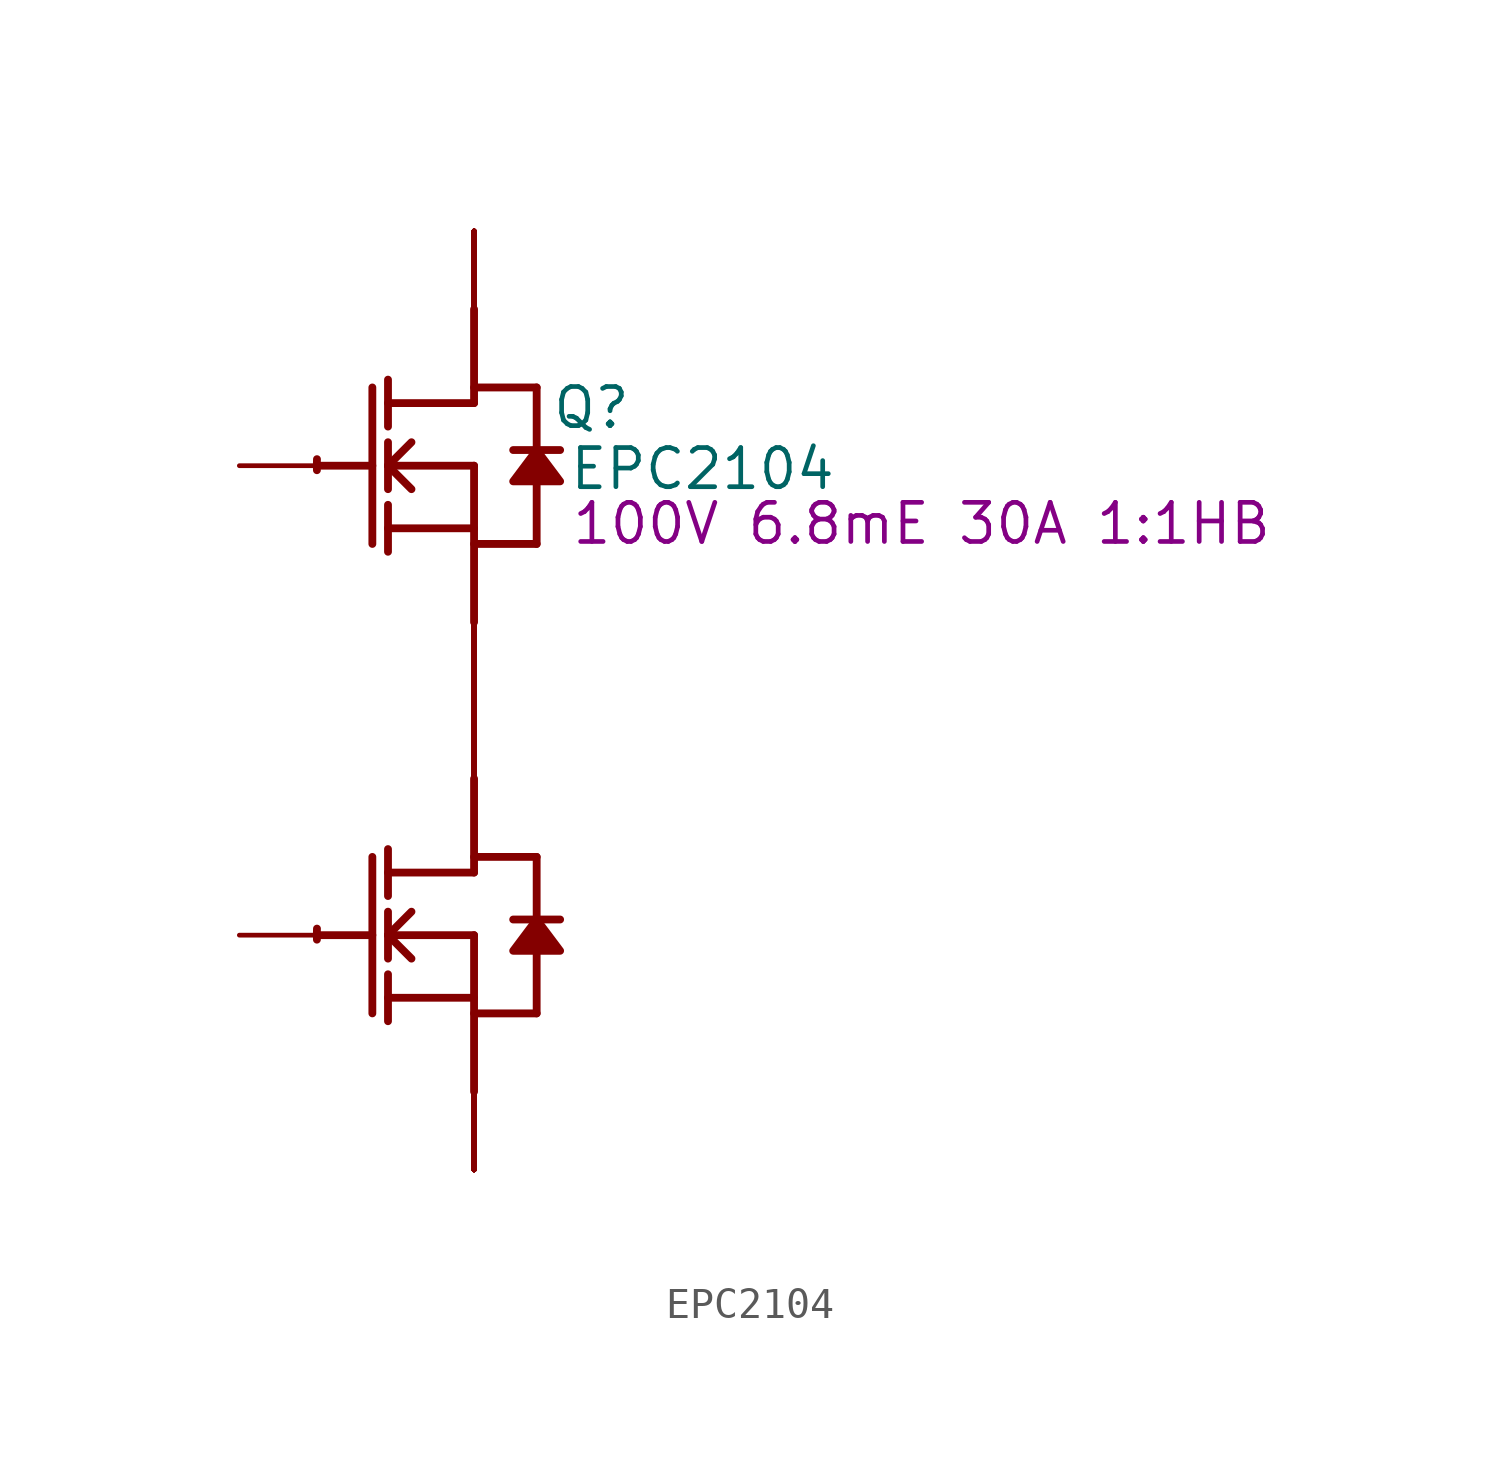
<source format=kicad_sym>
(kicad_symbol_lib
  (version 20231120)
  (generator "kicad_symbol_editor")
  (generator_version "8.0")
  (symbol "EPC2104"
    (property "Reference" "Q"
      (at 3.81 1.88 0)
      (effects (font (size 1.27 1.27))))
    (property "Value" "EPC2104"
      (at 7.417 -0.102 0)
      (effects (font (size 1.27 1.27))))
    (property "Description" "100V 6.8mE 30A 1:1HB"
      (at 14.529 -1.88 0)
      (effects (font (size 1.27 1.27))))
    (symbol "EPC2104_1_0"
      (arc (start -5.0996 -15.0272) (mid -5.1039 -15.2069) (end -5.1019 -15.3867) (stroke (width 0.254) (type solid)) (fill (type none)))
      (arc (start -5.0996 0.2128) (mid -5.1039 0.0331) (end -5.1019 -0.1467) (stroke (width 0.254) (type solid)) (fill (type none)))
      (polyline (pts (xy -5.08 -15.24) (xy -3.302 -15.24)) (stroke (width 0.254) (type solid)) (fill (type none)))
      (polyline (pts (xy -5.08 0) (xy -3.302 0)) (stroke (width 0.254) (type solid)) (fill (type none)))
      (polyline (pts (xy -3.302 -12.7) (xy -3.302 -17.78)) (stroke (width 0.254) (type solid)) (fill (type none)))
      (polyline (pts (xy -3.302 2.54) (xy -3.302 -2.54)) (stroke (width 0.254) (type solid)) (fill (type none)))
      (polyline (pts (xy -2.794 -18.034) (xy -2.794 -16.51)) (stroke (width 0.254) (type solid)) (fill (type none)))
      (polyline (pts (xy -2.794 -17.272) (xy 0 -17.272)) (stroke (width 0.254) (type solid)) (fill (type none)))
      (polyline (pts (xy -2.794 -16.002) (xy -2.794 -14.478)) (stroke (width 0.254) (type solid)) (fill (type none)))
      (polyline (pts (xy -2.794 -15.24) (xy -2.032 -14.478)) (stroke (width 0.254) (type solid)) (fill (type none)))
      (polyline (pts (xy -2.794 -15.24) (xy 0 -15.24)) (stroke (width 0.254) (type solid)) (fill (type none)))
      (polyline (pts (xy -2.794 -13.97) (xy -2.794 -12.446)) (stroke (width 0.254) (type solid)) (fill (type none)))
      (polyline (pts (xy -2.794 -2.794) (xy -2.794 -1.27)) (stroke (width 0.254) (type solid)) (fill (type none)))
      (polyline (pts (xy -2.794 -2.032) (xy 0 -2.032)) (stroke (width 0.254) (type solid)) (fill (type none)))
      (polyline (pts (xy -2.794 -0.762) (xy -2.794 0.762)) (stroke (width 0.254) (type solid)) (fill (type none)))
      (polyline (pts (xy -2.794 0) (xy -2.032 0.762)) (stroke (width 0.254) (type solid)) (fill (type none)))
      (polyline (pts (xy -2.794 0) (xy 0 0)) (stroke (width 0.254) (type solid)) (fill (type none)))
      (polyline (pts (xy -2.794 1.27) (xy -2.794 2.794)) (stroke (width 0.254) (type solid)) (fill (type none)))
      (polyline (pts (xy -2.032 -16.002) (xy -2.794 -15.24)) (stroke (width 0.254) (type solid)) (fill (type none)))
      (polyline (pts (xy -2.032 -0.762) (xy -2.794 0)) (stroke (width 0.254) (type solid)) (fill (type none)))
      (polyline (pts (xy 0 -17.78) (xy 2.032 -17.78)) (stroke (width 0.254) (type solid)) (fill (type none)))
      (polyline (pts (xy 0 -15.24) (xy 0 -20.32)) (stroke (width 0.254) (type solid)) (fill (type none)))
      (polyline (pts (xy 0 -13.208) (xy -2.794 -13.208)) (stroke (width 0.254) (type solid)) (fill (type none)))
      (polyline (pts (xy 0 -13.208) (xy 0 -10.16)) (stroke (width 0.254) (type solid)) (fill (type none)))
      (polyline (pts (xy 0 -12.7) (xy 2.032 -12.7)) (stroke (width 0.254) (type solid)) (fill (type none)))
      (polyline (pts (xy 0 -2.54) (xy 2.032 -2.54)) (stroke (width 0.254) (type solid)) (fill (type none)))
      (polyline (pts (xy 0 0) (xy 0 -5.08)) (stroke (width 0.254) (type solid)) (fill (type none)))
      (polyline (pts (xy 0 2.032) (xy -2.794 2.032)) (stroke (width 0.254) (type solid)) (fill (type none)))
      (polyline (pts (xy 0 2.032) (xy 0 5.08)) (stroke (width 0.254) (type solid)) (fill (type none)))
      (polyline (pts (xy 0 2.54) (xy 2.032 2.54)) (stroke (width 0.254) (type solid)) (fill (type none)))
      (polyline (pts (xy 2.032 -15.748) (xy 2.032 -17.78)) (stroke (width 0.254) (type solid)) (fill (type none)))
      (polyline (pts (xy 2.032 -12.7) (xy 2.032 -14.732)) (stroke (width 0.254) (type solid)) (fill (type none)))
      (polyline (pts (xy 2.032 -0.508) (xy 2.032 -2.54)) (stroke (width 0.254) (type solid)) (fill (type none)))
      (polyline (pts (xy 2.032 2.54) (xy 2.032 0.508)) (stroke (width 0.254) (type solid)) (fill (type none)))
      (polyline (pts (xy 2.794 -14.732) (xy 1.27 -14.732)) (stroke (width 0.254) (type solid)) (fill (type none)))
      (polyline (pts (xy 2.794 0.508) (xy 1.27 0.508)) (stroke (width 0.254) (type solid)) (fill (type none)))
      (polyline (pts (xy 2.032 -14.732) (xy 1.27 -15.748) (xy 2.794 -15.748) (xy 2.032 -14.732)) (stroke (width 0.254) (type solid)) (fill (type outline)))
      (polyline (pts (xy 2.032 0.508) (xy 1.27 -0.508) (xy 2.794 -0.508) (xy 2.032 0.508)) (stroke (width 0.254) (type solid)) (fill (type outline)))
      (pin open_collector line (at 0 7.62 270) (length 2.54) (name "D1" (effects (font (size 0 0)))) (number "1" (effects (font (size 0 0)))))
      (pin open_collector line (at 0 -7.62 270) (length 2.54) (name "D2" (effects (font (size 0 0)))) (number "10" (effects (font (size 0 0)))))
      (pin open_collector line (at 0 7.62 270) (length 2.54) (name "D1" (effects (font (size 0 0)))) (number "11" (effects (font (size 0 0)))))
      (pin open_emitter line (at 0 7.62 270) (length 2.54) (name "D1" (effects (font (size 0 0)))) (number "12" (effects (font (size 0 0)))))
      (pin open_emitter line (at 0 7.62 270) (length 2.54) (name "D1" (effects (font (size 0 0)))) (number "13" (effects (font (size 0 0)))))
      (pin open_emitter line (at 0 -22.86 90) (length 2.54) (name "S2" (effects (font (size 0 0)))) (number "14" (effects (font (size 0 0)))))
      (pin open_emitter line (at 0 -22.86 90) (length 2.54) (name "S2" (effects (font (size 0 0)))) (number "15" (effects (font (size 0 0)))))
      (pin open_emitter line (at 0 -7.62 90) (length 2.54) (name "S1" (effects (font (size 0 0)))) (number "16" (effects (font (size 0 0)))))
      (pin open_collector line (at 0 -7.62 90) (length 2.54) (name "S1" (effects (font (size 0 0)))) (number "17" (effects (font (size 0 0)))))
      (pin open_collector line (at 0 -7.62 90) (length 2.54) (name "S1" (effects (font (size 0 0)))) (number "18" (effects (font (size 0 0)))))
      (pin open_collector line (at 0 -7.62 270) (length 2.54) (name "D2" (effects (font (size 0 0)))) (number "19" (effects (font (size 0 0)))))
      (pin passive line (at -7.62 0 0) (length 2.54) (name "G1" (effects (font (size 0 0)))) (number "2" (effects (font (size 0 0)))))
      (pin open_collector line (at 0 -7.62 270) (length 2.54) (name "D2" (effects (font (size 0 0)))) (number "20" (effects (font (size 0 0)))))
      (pin open_collector line (at 0 7.62 270) (length 2.54) (name "D1" (effects (font (size 0 0)))) (number "21" (effects (font (size 0 0)))))
      (pin open_emitter line (at 0 7.62 270) (length 2.54) (name "D1" (effects (font (size 0 0)))) (number "22" (effects (font (size 0 0)))))
      (pin open_emitter line (at 0 7.62 270) (length 2.54) (name "D1" (effects (font (size 0 0)))) (number "23" (effects (font (size 0 0)))))
      (pin open_emitter line (at 0 -22.86 90) (length 2.54) (name "S2" (effects (font (size 0 0)))) (number "24" (effects (font (size 0 0)))))
      (pin open_emitter line (at 0 -22.86 90) (length 2.54) (name "S2" (effects (font (size 0 0)))) (number "25" (effects (font (size 0 0)))))
      (pin open_emitter line (at 0 -7.62 90) (length 2.54) (name "S1" (effects (font (size 0 0)))) (number "26" (effects (font (size 0 0)))))
      (pin open_collector line (at 0 -7.62 90) (length 2.54) (name "S1" (effects (font (size 0 0)))) (number "27" (effects (font (size 0 0)))))
      (pin open_collector line (at 0 -7.62 90) (length 2.54) (name "S1" (effects (font (size 0 0)))) (number "28" (effects (font (size 0 0)))))
      (pin open_collector line (at 0 -7.62 270) (length 2.54) (name "D2" (effects (font (size 0 0)))) (number "29" (effects (font (size 0 0)))))
      (pin passive line (at 0 -7.62 90) (length 2.54) (name "SG1" (effects (font (size 0 0)))) (number "3" (effects (font (size 0 0)))))
      (pin open_collector line (at 0 -7.62 270) (length 2.54) (name "D2" (effects (font (size 0 0)))) (number "30" (effects (font (size 0 0)))))
      (pin open_collector line (at 0 7.62 270) (length 2.54) (name "D1" (effects (font (size 0 0)))) (number "31" (effects (font (size 0 0)))))
      (pin open_emitter line (at 0 7.62 270) (length 2.54) (name "D1" (effects (font (size 0 0)))) (number "32" (effects (font (size 0 0)))))
      (pin open_emitter line (at 0 7.62 270) (length 2.54) (name "D1" (effects (font (size 0 0)))) (number "33" (effects (font (size 0 0)))))
      (pin open_emitter line (at 0 -22.86 90) (length 2.54) (name "S2" (effects (font (size 0 0)))) (number "34" (effects (font (size 0 0)))))
      (pin open_emitter line (at 0 -22.86 90) (length 2.54) (name "S2" (effects (font (size 0 0)))) (number "35" (effects (font (size 0 0)))))
      (pin open_emitter line (at 0 -7.62 90) (length 2.54) (name "S1" (effects (font (size 0 0)))) (number "36" (effects (font (size 0 0)))))
      (pin open_collector line (at 0 -7.62 90) (length 2.54) (name "S1" (effects (font (size 0 0)))) (number "37" (effects (font (size 0 0)))))
      (pin open_collector line (at 0 -7.62 90) (length 2.54) (name "S1" (effects (font (size 0 0)))) (number "38" (effects (font (size 0 0)))))
      (pin open_collector line (at 0 -7.62 270) (length 2.54) (name "D2" (effects (font (size 0 0)))) (number "39" (effects (font (size 0 0)))))
      (pin passive line (at -7.62 -15.24 0) (length 2.54) (name "G2" (effects (font (size 0 0)))) (number "4" (effects (font (size 0 0)))))
      (pin open_collector line (at 0 -7.62 270) (length 2.54) (name "D2" (effects (font (size 0 0)))) (number "40" (effects (font (size 0 0)))))
      (pin open_collector line (at 0 7.62 270) (length 2.54) (name "D1" (effects (font (size 0 0)))) (number "41" (effects (font (size 0 0)))))
      (pin open_emitter line (at 0 7.62 270) (length 2.54) (name "D1" (effects (font (size 0 0)))) (number "42" (effects (font (size 0 0)))))
      (pin open_emitter line (at 0 -22.86 90) (length 2.54) (name "S2" (effects (font (size 0 0)))) (number "43" (effects (font (size 0 0)))))
      (pin open_emitter line (at 0 -22.86 90) (length 2.54) (name "S2" (effects (font (size 0 0)))) (number "44" (effects (font (size 0 0)))))
      (pin open_emitter line (at 0 -22.86 90) (length 2.54) (name "S2" (effects (font (size 0 0)))) (number "45" (effects (font (size 0 0)))))
      (pin open_emitter line (at 0 -7.62 90) (length 2.54) (name "S1" (effects (font (size 0 0)))) (number "46" (effects (font (size 0 0)))))
      (pin open_collector line (at 0 -7.62 90) (length 2.54) (name "S1" (effects (font (size 0 0)))) (number "47" (effects (font (size 0 0)))))
      (pin open_collector line (at 0 -7.62 90) (length 2.54) (name "S1" (effects (font (size 0 0)))) (number "48" (effects (font (size 0 0)))))
      (pin open_collector line (at 0 -7.62 270) (length 2.54) (name "D2" (effects (font (size 0 0)))) (number "49" (effects (font (size 0 0)))))
      (pin open_emitter line (at 0 -22.86 90) (length 2.54) (name "S2" (effects (font (size 0 0)))) (number "5" (effects (font (size 0 0)))))
      (pin open_collector line (at 0 -7.62 270) (length 2.54) (name "D2" (effects (font (size 0 0)))) (number "50" (effects (font (size 0 0)))))
      (pin open_collector line (at 0 7.62 270) (length 2.54) (name "D1" (effects (font (size 0 0)))) (number "51" (effects (font (size 0 0)))))
      (pin open_emitter line (at 0 7.62 270) (length 2.54) (name "D1" (effects (font (size 0 0)))) (number "52" (effects (font (size 0 0)))))
      (pin open_emitter line (at 0 -22.86 90) (length 2.54) (name "S2" (effects (font (size 0 0)))) (number "53" (effects (font (size 0 0)))))
      (pin open_emitter line (at 0 -22.86 90) (length 2.54) (name "S2" (effects (font (size 0 0)))) (number "54" (effects (font (size 0 0)))))
      (pin open_emitter line (at 0 -22.86 90) (length 2.54) (name "S2" (effects (font (size 0 0)))) (number "55" (effects (font (size 0 0)))))
      (pin open_emitter line (at 0 -7.62 90) (length 2.54) (name "S1" (effects (font (size 0 0)))) (number "56" (effects (font (size 0 0)))))
      (pin open_collector line (at 0 -7.62 90) (length 2.54) (name "S1" (effects (font (size 0 0)))) (number "57" (effects (font (size 0 0)))))
      (pin open_collector line (at 0 -7.62 90) (length 2.54) (name "S1" (effects (font (size 0 0)))) (number "58" (effects (font (size 0 0)))))
      (pin open_collector line (at 0 -7.62 270) (length 2.54) (name "D2" (effects (font (size 0 0)))) (number "59" (effects (font (size 0 0)))))
      (pin open_emitter line (at 0 -7.62 90) (length 2.54) (name "S1" (effects (font (size 0 0)))) (number "6" (effects (font (size 0 0)))))
      (pin open_collector line (at 0 -7.62 270) (length 2.54) (name "D2" (effects (font (size 0 0)))) (number "60" (effects (font (size 0 0)))))
      (pin open_collector line (at 0 7.62 270) (length 2.54) (name "D1" (effects (font (size 0 0)))) (number "61" (effects (font (size 0 0)))))
      (pin open_emitter line (at 0 7.62 270) (length 2.54) (name "D1" (effects (font (size 0 0)))) (number "62" (effects (font (size 0 0)))))
      (pin open_emitter line (at 0 -22.86 90) (length 2.54) (name "S2" (effects (font (size 0 0)))) (number "63" (effects (font (size 0 0)))))
      (pin open_emitter line (at 0 -22.86 90) (length 2.54) (name "S2" (effects (font (size 0 0)))) (number "64" (effects (font (size 0 0)))))
      (pin open_emitter line (at 0 -22.86 90) (length 2.54) (name "S2" (effects (font (size 0 0)))) (number "65" (effects (font (size 0 0)))))
      (pin open_emitter line (at 0 -7.62 90) (length 2.54) (name "S1" (effects (font (size 0 0)))) (number "66" (effects (font (size 0 0)))))
      (pin open_collector line (at 0 -7.62 90) (length 2.54) (name "S1" (effects (font (size 0 0)))) (number "67" (effects (font (size 0 0)))))
      (pin open_collector line (at 0 -7.62 90) (length 2.54) (name "S1" (effects (font (size 0 0)))) (number "68" (effects (font (size 0 0)))))
      (pin open_collector line (at 0 -7.62 270) (length 2.54) (name "D2" (effects (font (size 0 0)))) (number "69" (effects (font (size 0 0)))))
      (pin open_collector line (at 0 -7.62 90) (length 2.54) (name "S1" (effects (font (size 0 0)))) (number "7" (effects (font (size 0 0)))))
      (pin open_collector line (at 0 -7.62 270) (length 2.54) (name "D2" (effects (font (size 0 0)))) (number "70" (effects (font (size 0 0)))))
      (pin open_collector line (at 0 7.62 270) (length 2.54) (name "D1" (effects (font (size 0 0)))) (number "71" (effects (font (size 0 0)))))
      (pin open_emitter line (at 0 7.62 270) (length 2.54) (name "D1" (effects (font (size 0 0)))) (number "72" (effects (font (size 0 0)))))
      (pin open_emitter line (at 0 -22.86 90) (length 2.54) (name "S2" (effects (font (size 0 0)))) (number "73" (effects (font (size 0 0)))))
      (pin open_emitter line (at 0 -22.86 90) (length 2.54) (name "S2" (effects (font (size 0 0)))) (number "74" (effects (font (size 0 0)))))
      (pin open_emitter line (at 0 -22.86 90) (length 2.54) (name "S2" (effects (font (size 0 0)))) (number "75" (effects (font (size 0 0)))))
      (pin open_collector line (at 0 -7.62 90) (length 2.54) (name "S1" (effects (font (size 0 0)))) (number "8" (effects (font (size 0 0)))))
      (pin open_collector line (at 0 -7.62 270) (length 2.54) (name "D2" (effects (font (size 0 0)))) (number "9" (effects (font (size 0 0))))))))
</source>
